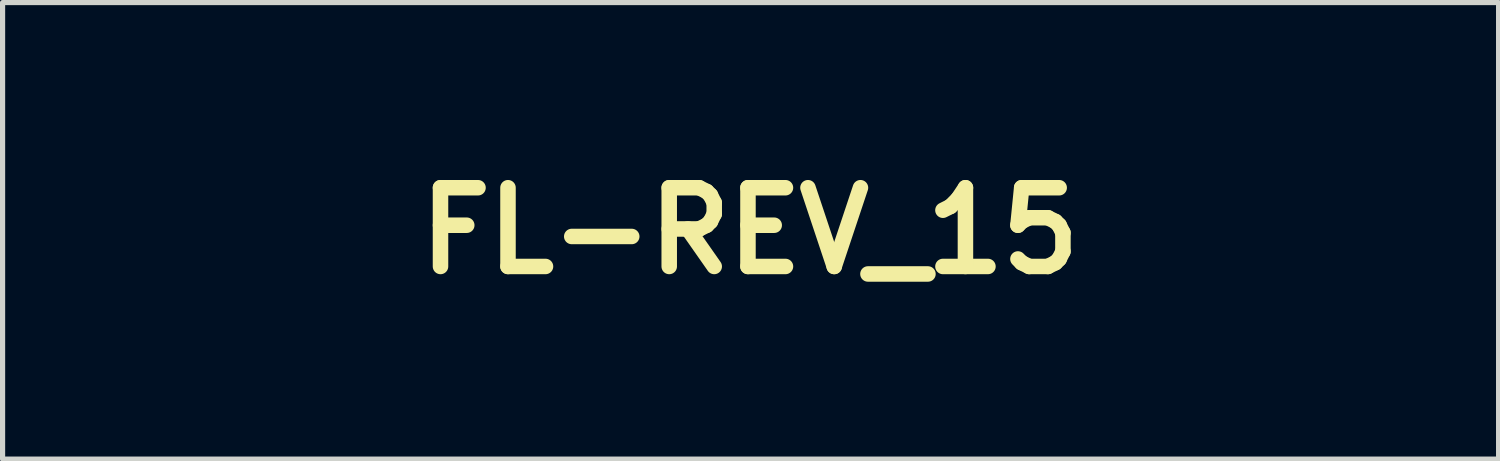
<source format=kicad_pcb>
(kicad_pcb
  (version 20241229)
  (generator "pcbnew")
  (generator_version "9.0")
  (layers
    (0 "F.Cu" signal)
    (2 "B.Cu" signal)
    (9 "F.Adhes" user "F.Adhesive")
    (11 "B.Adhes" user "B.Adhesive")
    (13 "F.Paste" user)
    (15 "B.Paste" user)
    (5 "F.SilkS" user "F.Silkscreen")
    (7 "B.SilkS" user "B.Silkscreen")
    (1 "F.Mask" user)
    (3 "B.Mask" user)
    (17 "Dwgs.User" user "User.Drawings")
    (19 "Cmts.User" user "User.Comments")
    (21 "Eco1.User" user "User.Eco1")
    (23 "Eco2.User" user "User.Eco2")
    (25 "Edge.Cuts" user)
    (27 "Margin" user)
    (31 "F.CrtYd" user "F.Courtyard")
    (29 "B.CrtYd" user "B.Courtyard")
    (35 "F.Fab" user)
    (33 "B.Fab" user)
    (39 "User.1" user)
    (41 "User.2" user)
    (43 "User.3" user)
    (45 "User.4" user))
  (footprint "FL-REV_15"
    (layer "F.Cu")
    (at 11.463 1.418)
    (property "Reference" "FL-REV_15" (at 0 0 0) (layer "F.SilkS") (effects (font (size 1.524 1.524) (thickness 0.3))))
    (attr through_hole)
    (fp_poly (pts (xy -9.821 0.621) (xy -10.075 0.621) (xy -10.075 -1.016) (xy -9.821 -1.016) (xy -9.821 0.621)) (stroke (width 0.01) (type solid)) (fill yes) (layer "F.Mask"))
    (fp_poly (pts (xy -7.056 0.621) (xy -7.31 0.621) (xy -7.31 -1.016) (xy -7.056 -1.016) (xy -7.056 0.621)) (stroke (width 0.01) (type solid)) (fill yes) (layer "F.Mask"))
    (fp_poly (pts (xy -6.519 -0.677) (xy -6.773 -0.677) (xy -6.773 -0.96) (xy -6.519 -0.96) (xy -6.519 -0.677)) (stroke (width 0.01) (type solid)) (fill yes) (layer "F.Mask"))
    (fp_poly (pts (xy -6.519 0.621) (xy -6.773 0.621) (xy -6.773 -0.536) (xy -6.519 -0.536) (xy -6.519 0.621)) (stroke (width 0.01) (type solid)) (fill yes) (layer "F.Mask"))
    (fp_poly (pts (xy -1.214 0.028) (xy -2.004 0.028) (xy -2.004 -0.198) (xy -1.214 -0.198) (xy -1.214 0.028)) (stroke (width 0.01) (type solid)) (fill yes) (layer "F.Mask"))
    (fp_poly (pts (xy 4.008 -0.677) (xy 3.754 -0.677) (xy 3.754 -0.96) (xy 4.008 -0.96) (xy 4.008 -0.677)) (stroke (width 0.01) (type solid)) (fill yes) (layer "F.Mask"))
    (fp_poly (pts (xy 4.008 0.621) (xy 3.754 0.621) (xy 3.754 -0.536) (xy 4.008 -0.536) (xy 4.008 0.621)) (stroke (width 0.01) (type solid)) (fill yes) (layer "F.Mask"))
    (fp_poly (pts (xy 5.786 -0.677) (xy 5.532 -0.677) (xy 5.532 -0.96) (xy 5.786 -0.96) (xy 5.786 -0.677)) (stroke (width 0.01) (type solid)) (fill yes) (layer "F.Mask"))
    (fp_poly (pts (xy 5.786 0.621) (xy 5.532 0.621) (xy 5.532 -0.536) (xy 5.786 -0.536) (xy 5.786 0.621)) (stroke (width 0.01) (type solid)) (fill yes) (layer "F.Mask"))
    (fp_poly (pts (xy 9.757 -0.842) (xy 9.83 -0.823) (xy 9.89 -0.785) (xy 9.897 -0.779) (xy 9.977 -0.711) (xy 9.985 -0.045) (xy 9.994 0.621) (xy 9.71 0.621) (xy 9.694 -0.55) (xy 9.588 -0.559) (xy 9.483 -0.568) (xy 9.483 -0.847) (xy 9.65 -0.847) (xy 9.757 -0.842)) (stroke (width 0.01) (type solid)) (fill yes) (layer "F.Mask"))
    (fp_poly (pts (xy -10.329 -0.564) (xy -10.693 -0.564) (xy -10.868 -0.562) (xy -10.996 -0.553) (xy -11.083 -0.533) (xy -11.139 -0.499) (xy -11.173 -0.447) (xy -11.191 -0.374) (xy -11.196 -0.345) (xy -11.212 -0.226) (xy -10.329 -0.226) (xy -10.329 0.028) (xy -11.204 0.028) (xy -11.204 0.621) (xy -11.458 0.621) (xy -11.458 0.035) (xy -11.457 -0.185) (xy -11.453 -0.356) (xy -11.443 -0.487) (xy -11.426 -0.583) (xy -11.399 -0.654) (xy -11.361 -0.706) (xy -11.309 -0.747) (xy -11.242 -0.786) (xy -11.235 -0.789) (xy -11.182 -0.813) (xy -11.123 -0.829) (xy -11.047 -0.839) (xy -10.943 -0.844) (xy -10.799 -0.847) (xy -10.726 -0.847) (xy -10.329 -0.847) (xy -10.329 -0.564)) (stroke (width 0.01) (type solid)) (fill yes) (layer "F.Mask"))
    (fp_poly (pts (xy -7.818 -0.536) (xy -7.507 -0.536) (xy -7.507 -0.31) (xy -7.818 -0.31) (xy -7.818 -0.026) (xy -7.815 0.13) (xy -7.806 0.239) (xy -7.785 0.309) (xy -7.749 0.347) (xy -7.694 0.364) (xy -7.633 0.367) (xy -7.507 0.367) (xy -7.507 0.621) (xy -7.627 0.618) (xy -7.729 0.611) (xy -7.825 0.596) (xy -7.839 0.593) (xy -7.921 0.565) (xy -7.983 0.52) (xy -8.025 0.449) (xy -8.052 0.347) (xy -8.067 0.204) (xy -8.071 0.014) (xy -8.071 -0.007) (xy -8.072 -0.31) (xy -8.142 -0.31) (xy -8.188 -0.317) (xy -8.208 -0.346) (xy -8.213 -0.414) (xy -8.213 -0.423) (xy -8.209 -0.496) (xy -8.191 -0.528) (xy -8.148 -0.536) (xy -8.142 -0.536) (xy -8.1 -0.541) (xy -8.079 -0.564) (xy -8.072 -0.621) (xy -8.072 -0.677) (xy -8.072 -0.818) (xy -7.818 -0.818) (xy -7.818 -0.536)) (stroke (width 0.01) (type solid)) (fill yes) (layer "F.Mask"))
    (fp_poly (pts (xy -2.963 -0.536) (xy -2.653 -0.536) (xy -2.653 -0.31) (xy -2.963 -0.31) (xy -2.963 -0.006) (xy -2.96 0.157) (xy -2.95 0.269) (xy -2.933 0.328) (xy -2.929 0.333) (xy -2.882 0.354) (xy -2.803 0.366) (xy -2.774 0.367) (xy -2.653 0.367) (xy -2.653 0.621) (xy -2.773 0.618) (xy -2.876 0.61) (xy -2.975 0.596) (xy -2.988 0.593) (xy -3.067 0.569) (xy -3.124 0.536) (xy -3.164 0.484) (xy -3.189 0.405) (xy -3.203 0.289) (xy -3.211 0.129) (xy -3.212 0.07) (xy -3.222 -0.31) (xy -3.29 -0.31) (xy -3.334 -0.317) (xy -3.354 -0.347) (xy -3.358 -0.417) (xy -3.358 -0.423) (xy -3.355 -0.496) (xy -3.336 -0.528) (xy -3.294 -0.536) (xy -3.288 -0.536) (xy -3.246 -0.541) (xy -3.225 -0.564) (xy -3.218 -0.621) (xy -3.217 -0.677) (xy -3.217 -0.818) (xy -2.963 -0.818) (xy -2.963 -0.536)) (stroke (width 0.01) (type solid)) (fill yes) (layer "F.Mask"))
    (fp_poly (pts (xy 8.114 -0.535) (xy 8.23 -0.532) (xy 8.314 -0.524) (xy 8.378 -0.51) (xy 8.433 -0.489) (xy 8.466 -0.473) (xy 8.55 -0.426) (xy 8.612 -0.379) (xy 8.655 -0.321) (xy 8.684 -0.243) (xy 8.701 -0.136) (xy 8.711 0.009) (xy 8.716 0.185) (xy 8.726 0.621) (xy 8.467 0.621) (xy 8.467 0.27) (xy 8.465 0.128) (xy 8.459 0.002) (xy 8.45 -0.096) (xy 8.44 -0.152) (xy 8.44 -0.152) (xy 8.405 -0.211) (xy 8.348 -0.252) (xy 8.259 -0.277) (xy 8.128 -0.29) (xy 8.032 -0.293) (xy 7.775 -0.296) (xy 7.767 0.162) (xy 7.76 0.621) (xy 7.507 0.621) (xy 7.507 0.097) (xy 7.509 -0.089) (xy 7.513 -0.248) (xy 7.52 -0.372) (xy 7.529 -0.454) (xy 7.536 -0.482) (xy 7.552 -0.504) (xy 7.58 -0.519) (xy 7.627 -0.528) (xy 7.705 -0.534) (xy 7.821 -0.536) (xy 7.954 -0.536) (xy 8.114 -0.535)) (stroke (width 0.01) (type solid)) (fill yes) (layer "F.Mask"))
    (fp_poly (pts (xy -4.516 -0.542) (xy -4.179 -0.532) (xy -4.011 -0.524) (xy -3.888 -0.51) (xy -3.797 -0.483) (xy -3.728 -0.44) (xy -3.667 -0.376) (xy -3.619 -0.311) (xy -3.595 -0.27) (xy -3.577 -0.227) (xy -3.566 -0.171) (xy -3.56 -0.091) (xy -3.557 0.023) (xy -3.556 0.182) (xy -3.556 0.202) (xy -3.556 0.621) (xy -3.81 0.621) (xy -3.81 0.243) (xy -3.811 0.084) (xy -3.815 -0.029) (xy -3.823 -0.106) (xy -3.836 -0.157) (xy -3.856 -0.192) (xy -3.859 -0.196) (xy -3.941 -0.254) (xy -4.075 -0.292) (xy -4.261 -0.309) (xy -4.325 -0.31) (xy -4.516 -0.31) (xy -4.516 0.621) (xy -4.624 0.621) (xy -4.698 0.616) (xy -4.746 0.605) (xy -4.751 0.602) (xy -4.756 0.57) (xy -4.76 0.489) (xy -4.764 0.366) (xy -4.767 0.209) (xy -4.769 0.024) (xy -4.77 -0.18) (xy -4.77 -0.216) (xy -4.77 -1.016) (xy -4.516 -1.016) (xy -4.516 -0.542)) (stroke (width 0.01) (type solid)) (fill yes) (layer "F.Mask"))
    (fp_poly (pts (xy 2.648 -0.106) (xy 2.721 0.071) (xy 2.775 0.201) (xy 2.815 0.292) (xy 2.844 0.35) (xy 2.865 0.381) (xy 2.881 0.391) (xy 2.896 0.388) (xy 2.899 0.386) (xy 2.918 0.356) (xy 2.955 0.282) (xy 3.005 0.174) (xy 3.065 0.04) (xy 3.118 -0.083) (xy 3.311 -0.536) (xy 3.45 -0.536) (xy 3.537 -0.532) (xy 3.575 -0.517) (xy 3.576 -0.501) (xy 3.506 -0.331) (xy 3.431 -0.155) (xy 3.355 0.019) (xy 3.281 0.183) (xy 3.214 0.327) (xy 3.158 0.444) (xy 3.116 0.524) (xy 3.095 0.557) (xy 3.023 0.601) (xy 2.922 0.622) (xy 2.813 0.62) (xy 2.718 0.593) (xy 2.685 0.572) (xy 2.654 0.526) (xy 2.603 0.429) (xy 2.535 0.282) (xy 2.45 0.085) (xy 2.348 -0.158) (xy 2.231 -0.448) (xy 2.209 -0.501) (xy 2.218 -0.523) (xy 2.273 -0.534) (xy 2.334 -0.536) (xy 2.473 -0.536) (xy 2.648 -0.106)) (stroke (width 0.01) (type solid)) (fill yes) (layer "F.Mask"))
    (fp_poly (pts (xy 0.221 -0.845) (xy 0.377 -0.839) (xy 0.488 -0.828) (xy 0.56 -0.813) (xy 0.575 -0.808) (xy 0.689 -0.732) (xy 0.767 -0.624) (xy 0.808 -0.495) (xy 0.81 -0.356) (xy 0.774 -0.219) (xy 0.697 -0.096) (xy 0.648 -0.048) (xy 0.535 0.049) (xy 0.691 0.319) (xy 0.753 0.43) (xy 0.804 0.521) (xy 0.837 0.583) (xy 0.847 0.605) (xy 0.821 0.614) (xy 0.756 0.62) (xy 0.695 0.621) (xy 0.544 0.621) (xy 0.215 0.056) (xy -0.169 0.056) (xy -0.169 0.621) (xy -0.456 0.621) (xy -0.447 0.255) (xy -0.442 0.089) (xy -0.434 -0.032) (xy -0.413 -0.115) (xy -0.372 -0.168) (xy -0.303 -0.199) (xy -0.198 -0.214) (xy -0.049 -0.222) (xy 0.064 -0.226) (xy 0.464 -0.24) (xy 0.507 -0.318) (xy 0.534 -0.379) (xy 0.529 -0.429) (xy 0.507 -0.473) (xy 0.464 -0.55) (xy 0.006 -0.558) (xy -0.452 -0.566) (xy -0.452 -0.847) (xy 0.015 -0.847) (xy 0.221 -0.845)) (stroke (width 0.01) (type solid)) (fill yes) (layer "F.Mask"))
    (fp_poly (pts (xy 11.43 -0.564) (xy 10.552 -0.564) (xy 10.561 -0.43) (xy 10.569 -0.296) (xy 10.909 -0.282) (xy 11.082 -0.272) (xy 11.209 -0.256) (xy 11.301 -0.23) (xy 11.369 -0.19) (xy 11.423 -0.133) (xy 11.447 -0.099) (xy 11.475 -0.02) (xy 11.487 0.091) (xy 11.483 0.215) (xy 11.465 0.332) (xy 11.435 0.423) (xy 11.416 0.452) (xy 11.361 0.506) (xy 11.302 0.546) (xy 11.23 0.574) (xy 11.134 0.594) (xy 11.005 0.606) (xy 10.833 0.613) (xy 10.746 0.616) (xy 10.301 0.627) (xy 10.301 0.339) (xy 10.693 0.339) (xy 10.878 0.336) (xy 11.015 0.327) (xy 11.109 0.309) (xy 11.169 0.278) (xy 11.201 0.232) (xy 11.213 0.169) (xy 11.214 0.142) (xy 11.208 0.079) (xy 11.187 0.034) (xy 11.142 0.003) (xy 11.065 -0.015) (xy 10.949 -0.025) (xy 10.787 -0.028) (xy 10.737 -0.028) (xy 10.573 -0.03) (xy 10.458 -0.035) (xy 10.383 -0.044) (xy 10.342 -0.059) (xy 10.332 -0.067) (xy 10.316 -0.117) (xy 10.308 -0.221) (xy 10.306 -0.38) (xy 10.307 -0.47) (xy 10.315 -0.833) (xy 11.43 -0.848) (xy 11.43 -0.564)) (stroke (width 0.01) (type solid)) (fill yes) (layer "F.Mask"))
    (fp_poly (pts (xy 6.835 -0.527) (xy 6.956 -0.506) (xy 7.022 -0.483) (xy 7.13 -0.397) (xy 7.209 -0.271) (xy 7.256 -0.114) (xy 7.268 0.065) (xy 7.252 0.204) (xy 7.207 0.358) (xy 7.133 0.471) (xy 7.024 0.548) (xy 6.875 0.593) (xy 6.724 0.608) (xy 6.599 0.609) (xy 6.479 0.603) (xy 6.388 0.59) (xy 6.386 0.59) (xy 6.245 0.53) (xy 6.14 0.428) (xy 6.073 0.283) (xy 6.042 0.095) (xy 6.04 0.025) (xy 6.043 -0.011) (xy 6.302 -0.011) (xy 6.305 0.137) (xy 6.34 0.243) (xy 6.408 0.315) (xy 6.435 0.331) (xy 6.526 0.356) (xy 6.645 0.365) (xy 6.768 0.357) (xy 6.869 0.333) (xy 6.886 0.325) (xy 6.948 0.28) (xy 6.985 0.216) (xy 7.002 0.119) (xy 7.006 0.021) (xy 6.984 -0.119) (xy 6.922 -0.221) (xy 6.82 -0.284) (xy 6.681 -0.307) (xy 6.562 -0.298) (xy 6.439 -0.268) (xy 6.361 -0.214) (xy 6.318 -0.127) (xy 6.302 -0.011) (xy 6.043 -0.011) (xy 6.058 -0.169) (xy 6.115 -0.323) (xy 6.21 -0.436) (xy 6.314 -0.498) (xy 6.411 -0.523) (xy 6.543 -0.536) (xy 6.691 -0.537) (xy 6.835 -0.527)) (stroke (width 0.01) (type solid)) (fill yes) (layer "F.Mask"))
    (fp_poly (pts (xy 5.278 -0.31) (xy 4.939 -0.31) (xy 4.793 -0.31) (xy 4.692 -0.306) (xy 4.625 -0.297) (xy 4.582 -0.283) (xy 4.551 -0.26) (xy 4.543 -0.253) (xy 4.505 -0.201) (xy 4.51 -0.152) (xy 4.516 -0.14) (xy 4.54 -0.111) (xy 4.581 -0.094) (xy 4.654 -0.086) (xy 4.749 -0.084) (xy 4.95 -0.074) (xy 5.102 -0.044) (xy 5.208 0.009) (xy 5.274 0.087) (xy 5.303 0.192) (xy 5.306 0.243) (xy 5.286 0.39) (xy 5.228 0.5) (xy 5.146 0.564) (xy 5.075 0.583) (xy 4.952 0.599) (xy 4.781 0.61) (xy 4.664 0.615) (xy 4.262 0.627) (xy 4.262 0.369) (xy 4.632 0.361) (xy 4.787 0.356) (xy 4.895 0.35) (xy 4.965 0.342) (xy 5.007 0.328) (xy 5.031 0.309) (xy 5.034 0.303) (xy 5.05 0.242) (xy 5.035 0.205) (xy 5.009 0.18) (xy 4.96 0.163) (xy 4.878 0.151) (xy 4.752 0.142) (xy 4.724 0.14) (xy 4.55 0.125) (xy 4.424 0.096) (xy 4.339 0.049) (xy 4.289 -0.023) (xy 4.266 -0.124) (xy 4.262 -0.215) (xy 4.268 -0.321) (xy 4.292 -0.401) (xy 4.34 -0.459) (xy 4.419 -0.498) (xy 4.534 -0.522) (xy 4.694 -0.533) (xy 4.881 -0.536) (xy 5.278 -0.536) (xy 5.278 -0.31)) (stroke (width 0.01) (type solid)) (fill yes) (layer "F.Mask"))
    (fp_poly (pts (xy 1.586 -0.531) (xy 1.736 -0.527) (xy 1.84 -0.522) (xy 1.91 -0.514) (xy 1.955 -0.5) (xy 1.986 -0.479) (xy 2.015 -0.449) (xy 2.019 -0.444) (xy 2.087 -0.324) (xy 2.11 -0.182) (xy 2.091 -0.054) (xy 2.062 0.019) (xy 2.018 0.072) (xy 1.952 0.107) (xy 1.855 0.128) (xy 1.718 0.139) (xy 1.554 0.141) (xy 1.214 0.141) (xy 1.214 0.225) (xy 1.233 0.305) (xy 1.268 0.338) (xy 1.316 0.349) (xy 1.408 0.358) (xy 1.531 0.364) (xy 1.672 0.367) (xy 1.691 0.367) (xy 2.06 0.367) (xy 2.06 0.621) (xy 1.7 0.618) (xy 1.553 0.615) (xy 1.416 0.609) (xy 1.306 0.602) (xy 1.237 0.594) (xy 1.236 0.594) (xy 1.132 0.563) (xy 1.057 0.511) (xy 1.006 0.431) (xy 0.975 0.314) (xy 0.961 0.154) (xy 0.96 0.043) (xy 0.962 -0.056) (xy 1.21 -0.056) (xy 1.502 -0.056) (xy 1.66 -0.06) (xy 1.769 -0.07) (xy 1.825 -0.087) (xy 1.829 -0.09) (xy 1.861 -0.155) (xy 1.842 -0.224) (xy 1.8 -0.267) (xy 1.731 -0.292) (xy 1.626 -0.307) (xy 1.508 -0.31) (xy 1.395 -0.3) (xy 1.308 -0.279) (xy 1.298 -0.274) (xy 1.239 -0.219) (xy 1.219 -0.148) (xy 1.21 -0.056) (xy 0.962 -0.056) (xy 0.964 -0.149) (xy 0.982 -0.294) (xy 1.02 -0.398) (xy 1.085 -0.468) (xy 1.183 -0.51) (xy 1.321 -0.53) (xy 1.507 -0.533) (xy 1.586 -0.531)) (stroke (width 0.01) (type solid)) (fill yes) (layer "F.Mask"))
    (fp_poly (pts (xy -5.48 -0.534) (xy -5.378 -0.528) (xy -5.306 -0.515) (xy -5.251 -0.493) (xy -5.23 -0.481) (xy -5.172 -0.442) (xy -5.128 -0.399) (xy -5.096 -0.345) (xy -5.075 -0.272) (xy -5.062 -0.171) (xy -5.056 -0.036) (xy -5.055 0.142) (xy -5.057 0.315) (xy -5.066 0.88) (xy -5.158 0.962) (xy -5.25 1.044) (xy -6.152 1.044) (xy -6.152 0.818) (xy -5.792 0.818) (xy -5.612 0.816) (xy -5.482 0.806) (xy -5.393 0.786) (xy -5.339 0.754) (xy -5.312 0.708) (xy -5.306 0.65) (xy -5.306 0.57) (xy -5.642 0.56) (xy -5.808 0.553) (xy -5.929 0.539) (xy -6.018 0.514) (xy -6.087 0.474) (xy -6.148 0.413) (xy -6.193 0.356) (xy -6.235 0.265) (xy -6.259 0.138) (xy -6.265 -0.006) (xy -6.265 -0.007) (xy -6.013 -0.007) (xy -6.007 0.113) (xy -5.972 0.212) (xy -5.966 0.222) (xy -5.921 0.272) (xy -5.864 0.305) (xy -5.781 0.325) (xy -5.662 0.335) (xy -5.553 0.337) (xy -5.306 0.339) (xy -5.306 0.075) (xy -5.309 -0.076) (xy -5.325 -0.18) (xy -5.362 -0.244) (xy -5.427 -0.279) (xy -5.529 -0.293) (xy -5.651 -0.296) (xy -5.765 -0.294) (xy -5.838 -0.287) (xy -5.886 -0.27) (xy -5.923 -0.239) (xy -5.944 -0.216) (xy -5.991 -0.125) (xy -6.013 -0.007) (xy -6.265 -0.007) (xy -6.253 -0.149) (xy -6.222 -0.273) (xy -6.214 -0.291) (xy -6.161 -0.386) (xy -6.092 -0.454) (xy -5.997 -0.499) (xy -5.869 -0.525) (xy -5.698 -0.535) (xy -5.624 -0.536) (xy -5.48 -0.534)) (stroke (width 0.01) (type solid)) (fill yes) (layer "F.Mask"))
    (fp_poly (pts (xy -9.066 -0.536) (xy -8.883 -0.534) (xy -8.746 -0.528) (xy -8.647 -0.515) (xy -8.575 -0.493) (xy -8.521 -0.459) (xy -8.475 -0.411) (xy -8.455 -0.386) (xy -8.432 -0.35) (xy -8.415 -0.308) (xy -8.405 -0.249) (xy -8.399 -0.164) (xy -8.397 -0.042) (xy -8.396 0.1) (xy -8.396 0.279) (xy -8.401 0.41) (xy -8.418 0.5) (xy -8.453 0.557) (xy -8.514 0.589) (xy -8.606 0.604) (xy -8.738 0.609) (xy -8.84 0.611) (xy -8.986 0.612) (xy -9.122 0.609) (xy -9.233 0.603) (xy -9.298 0.595) (xy -9.415 0.55) (xy -9.492 0.472) (xy -9.532 0.354) (xy -9.538 0.262) (xy -9.296 0.262) (xy -9.265 0.31) (xy -9.231 0.34) (xy -9.182 0.357) (xy -9.104 0.363) (xy -8.986 0.362) (xy -8.935 0.361) (xy -8.65 0.353) (xy -8.641 0.233) (xy -8.633 0.113) (xy -8.917 0.113) (xy -9.05 0.114) (xy -9.139 0.12) (xy -9.197 0.131) (xy -9.236 0.151) (xy -9.258 0.17) (xy -9.293 0.222) (xy -9.296 0.262) (xy -9.538 0.262) (xy -9.539 0.252) (xy -9.531 0.137) (xy -9.503 0.051) (xy -9.447 -0.011) (xy -9.359 -0.051) (xy -9.23 -0.074) (xy -9.055 -0.084) (xy -8.959 -0.085) (xy -8.819 -0.085) (xy -8.727 -0.089) (xy -8.672 -0.096) (xy -8.645 -0.109) (xy -8.636 -0.129) (xy -8.636 -0.136) (xy -8.652 -0.199) (xy -8.676 -0.242) (xy -8.698 -0.264) (xy -8.732 -0.28) (xy -8.787 -0.291) (xy -8.874 -0.298) (xy -9.001 -0.303) (xy -9.099 -0.306) (xy -9.483 -0.315) (xy -9.483 -0.536) (xy -9.066 -0.536)) (stroke (width 0.01) (type solid)) (fill yes) (layer "F.Mask")))
  (gr_rect
    (start -3 -3)
    (end 25.955 5.836)
    (stroke (width 0.1) (type default))
    (fill no)
    (layer "Edge.Cuts")))
</source>
